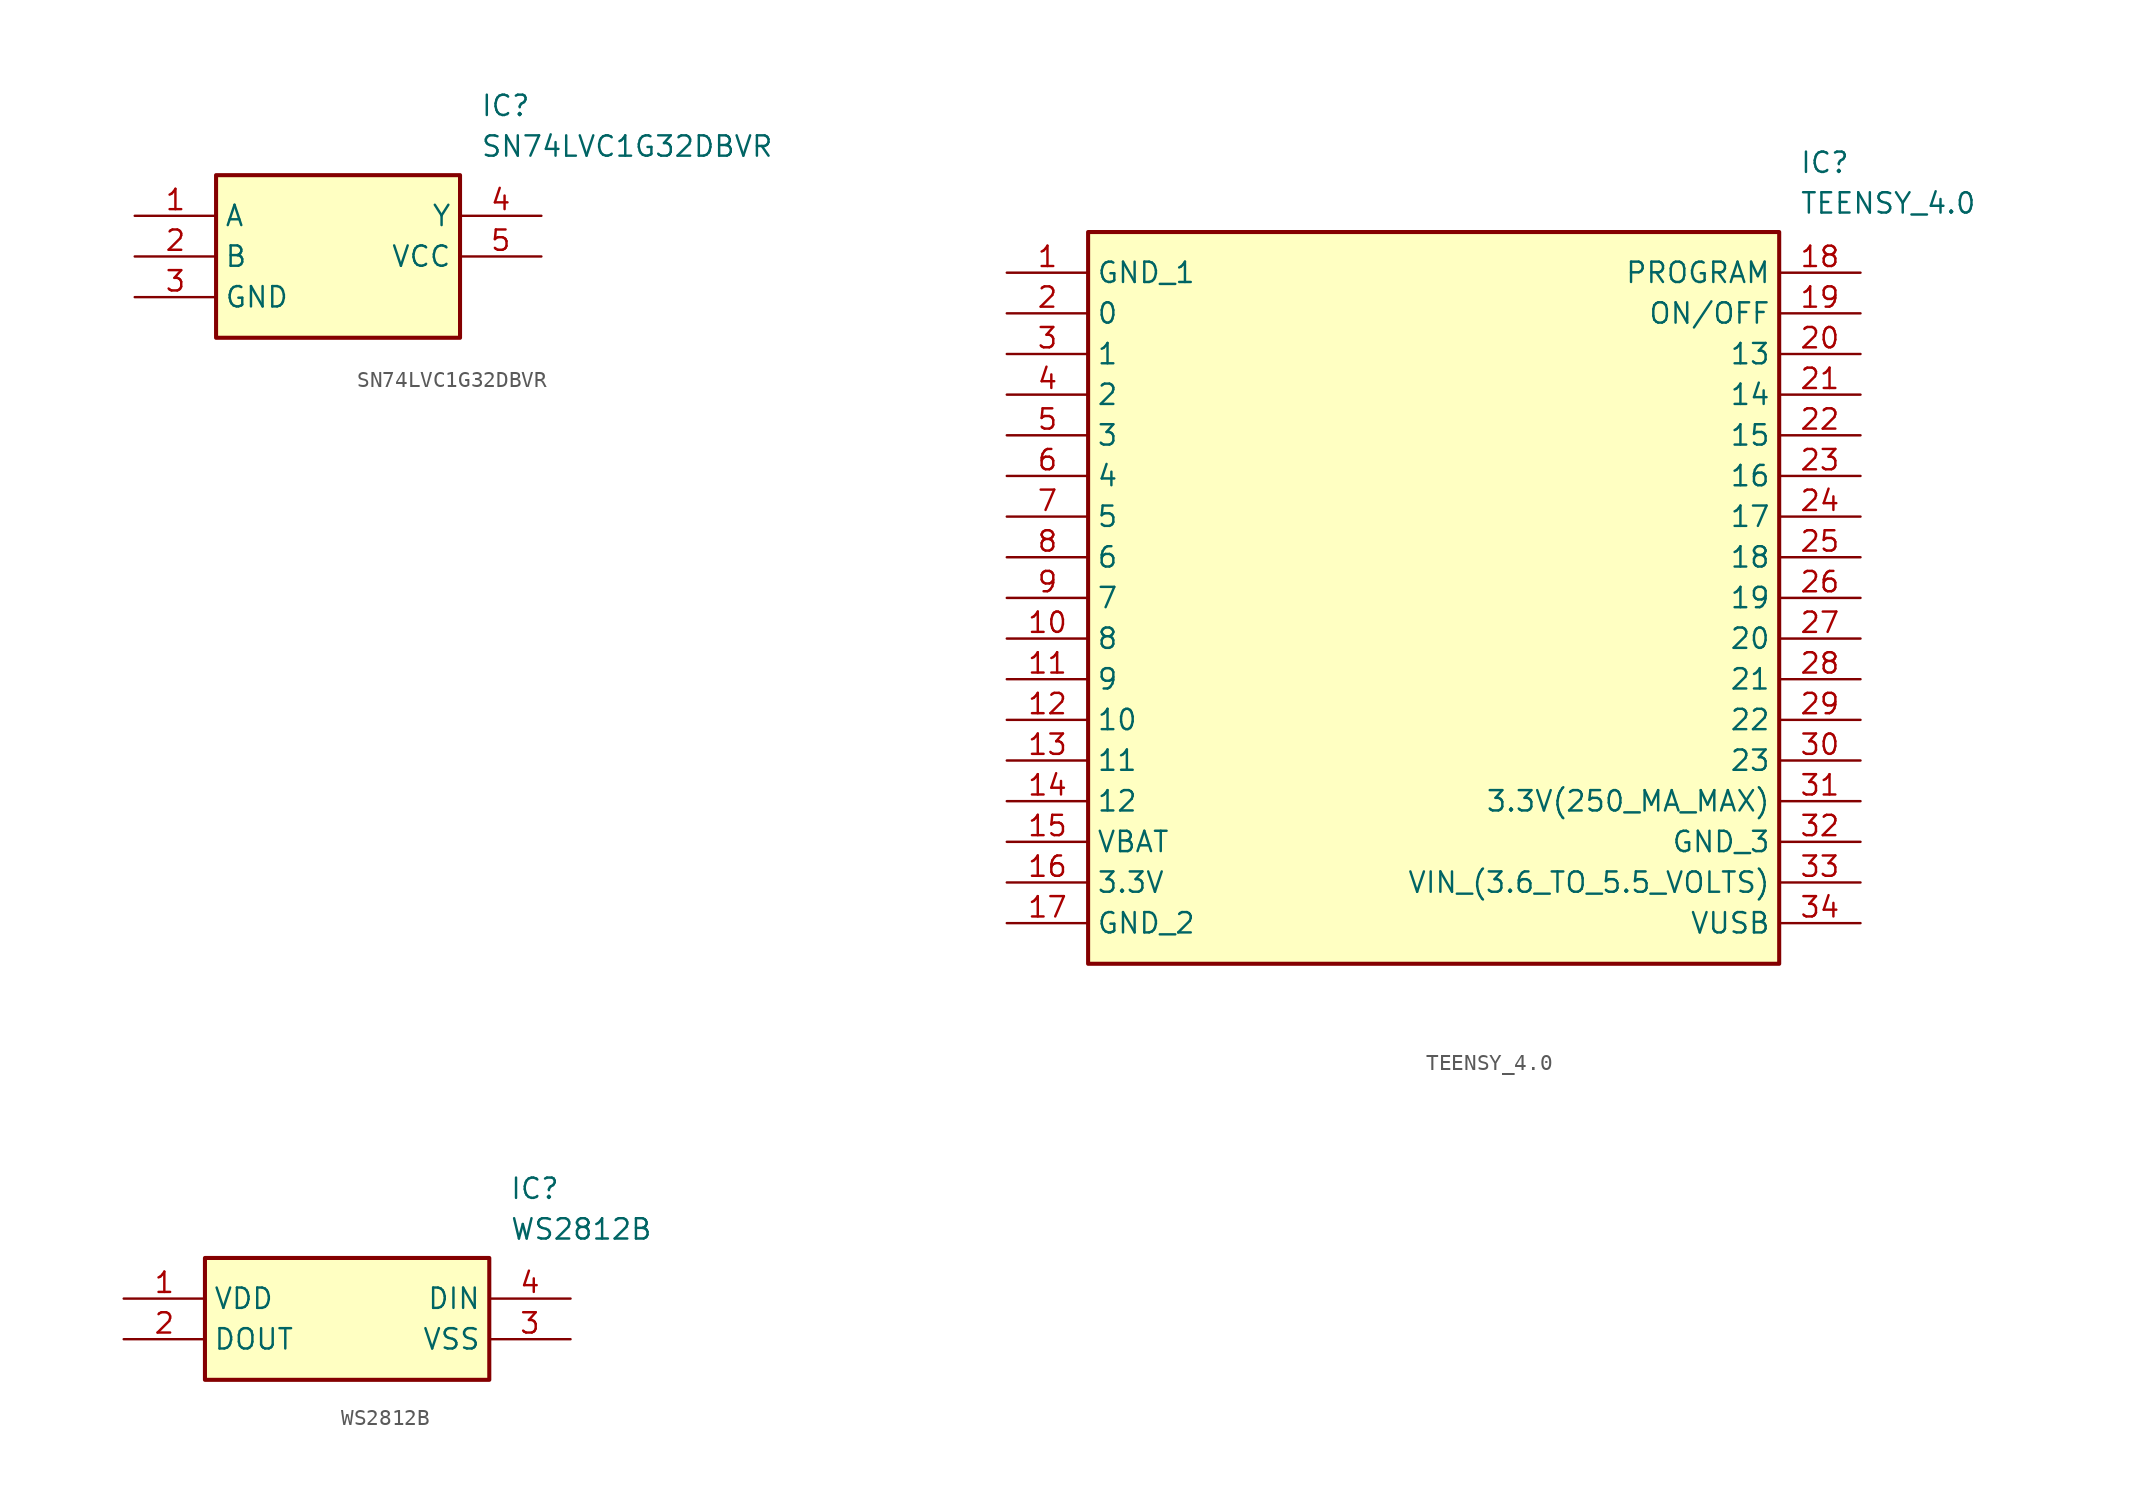
<source format=kicad_sym>
(kicad_symbol_lib
  (version 20241209)
  (generator "kicad_symbol_editor")
  (generator_version "9.0")
  (symbol "SN74LVC1G32DBVR"
    (property "Reference" "IC"
      (at 21.59 7.62 0)
      (effects (font (size 1.27 1.27)) (justify left top)))
    (property "Value" "SN74LVC1G32DBVR"
      (at 21.59 5.08 0)
      (effects (font (size 1.27 1.27)) (justify left top)))
    (symbol "SN74LVC1G32DBVR_1_1"
      (rectangle (start 5.08 2.54) (end 20.32 -7.62) (stroke (width 0.254) (type default)) (fill (type background)))
      (pin passive line (at 0 0 0) (length 5.08) (name "A" (effects (font (size 1.27 1.27)))) (number "1" (effects (font (size 1.27 1.27)))))
      (pin passive line (at 0 -2.54 0) (length 5.08) (name "B" (effects (font (size 1.27 1.27)))) (number "2" (effects (font (size 1.27 1.27)))))
      (pin passive line (at 0 -5.08 0) (length 5.08) (name "GND" (effects (font (size 1.27 1.27)))) (number "3" (effects (font (size 1.27 1.27)))))
      (pin passive line (at 25.4 0 180) (length 5.08) (name "Y" (effects (font (size 1.27 1.27)))) (number "4" (effects (font (size 1.27 1.27)))))
      (pin passive line (at 25.4 -2.54 180) (length 5.08) (name "VCC" (effects (font (size 1.27 1.27)))) (number "5" (effects (font (size 1.27 1.27)))))))
  (symbol "TEENSY_4.0"
    (property "Reference" "IC"
      (at 49.53 7.62 0)
      (effects (font (size 1.27 1.27)) (justify left top)))
    (property "Value" "TEENSY_4.0"
      (at 49.53 5.08 0)
      (effects (font (size 1.27 1.27)) (justify left top)))
    (symbol "TEENSY_4.0_1_1"
      (rectangle (start 5.08 2.54) (end 48.26 -43.18) (stroke (width 0.254) (type default)) (fill (type background)))
      (pin passive line (at 0 0 0) (length 5.08) (name "GND_1" (effects (font (size 1.27 1.27)))) (number "1" (effects (font (size 1.27 1.27)))))
      (pin passive line (at 0 -2.54 0) (length 5.08) (name "0" (effects (font (size 1.27 1.27)))) (number "2" (effects (font (size 1.27 1.27)))))
      (pin passive line (at 0 -5.08 0) (length 5.08) (name "1" (effects (font (size 1.27 1.27)))) (number "3" (effects (font (size 1.27 1.27)))))
      (pin passive line (at 0 -7.62 0) (length 5.08) (name "2" (effects (font (size 1.27 1.27)))) (number "4" (effects (font (size 1.27 1.27)))))
      (pin passive line (at 0 -10.16 0) (length 5.08) (name "3" (effects (font (size 1.27 1.27)))) (number "5" (effects (font (size 1.27 1.27)))))
      (pin passive line (at 0 -12.7 0) (length 5.08) (name "4" (effects (font (size 1.27 1.27)))) (number "6" (effects (font (size 1.27 1.27)))))
      (pin passive line (at 0 -15.24 0) (length 5.08) (name "5" (effects (font (size 1.27 1.27)))) (number "7" (effects (font (size 1.27 1.27)))))
      (pin passive line (at 0 -17.78 0) (length 5.08) (name "6" (effects (font (size 1.27 1.27)))) (number "8" (effects (font (size 1.27 1.27)))))
      (pin passive line (at 0 -20.32 0) (length 5.08) (name "7" (effects (font (size 1.27 1.27)))) (number "9" (effects (font (size 1.27 1.27)))))
      (pin passive line (at 0 -22.86 0) (length 5.08) (name "8" (effects (font (size 1.27 1.27)))) (number "10" (effects (font (size 1.27 1.27)))))
      (pin passive line (at 0 -25.4 0) (length 5.08) (name "9" (effects (font (size 1.27 1.27)))) (number "11" (effects (font (size 1.27 1.27)))))
      (pin passive line (at 0 -27.94 0) (length 5.08) (name "10" (effects (font (size 1.27 1.27)))) (number "12" (effects (font (size 1.27 1.27)))))
      (pin passive line (at 0 -30.48 0) (length 5.08) (name "11" (effects (font (size 1.27 1.27)))) (number "13" (effects (font (size 1.27 1.27)))))
      (pin passive line (at 0 -33.02 0) (length 5.08) (name "12" (effects (font (size 1.27 1.27)))) (number "14" (effects (font (size 1.27 1.27)))))
      (pin passive line (at 0 -35.56 0) (length 5.08) (name "VBAT" (effects (font (size 1.27 1.27)))) (number "15" (effects (font (size 1.27 1.27)))))
      (pin passive line (at 0 -38.1 0) (length 5.08) (name "3.3V" (effects (font (size 1.27 1.27)))) (number "16" (effects (font (size 1.27 1.27)))))
      (pin passive line (at 0 -40.64 0) (length 5.08) (name "GND_2" (effects (font (size 1.27 1.27)))) (number "17" (effects (font (size 1.27 1.27)))))
      (pin passive line (at 53.34 0 180) (length 5.08) (name "PROGRAM" (effects (font (size 1.27 1.27)))) (number "18" (effects (font (size 1.27 1.27)))))
      (pin passive line (at 53.34 -2.54 180) (length 5.08) (name "ON/OFF" (effects (font (size 1.27 1.27)))) (number "19" (effects (font (size 1.27 1.27)))))
      (pin passive line (at 53.34 -5.08 180) (length 5.08) (name "13" (effects (font (size 1.27 1.27)))) (number "20" (effects (font (size 1.27 1.27)))))
      (pin passive line (at 53.34 -7.62 180) (length 5.08) (name "14" (effects (font (size 1.27 1.27)))) (number "21" (effects (font (size 1.27 1.27)))))
      (pin passive line (at 53.34 -10.16 180) (length 5.08) (name "15" (effects (font (size 1.27 1.27)))) (number "22" (effects (font (size 1.27 1.27)))))
      (pin passive line (at 53.34 -12.7 180) (length 5.08) (name "16" (effects (font (size 1.27 1.27)))) (number "23" (effects (font (size 1.27 1.27)))))
      (pin passive line (at 53.34 -15.24 180) (length 5.08) (name "17" (effects (font (size 1.27 1.27)))) (number "24" (effects (font (size 1.27 1.27)))))
      (pin passive line (at 53.34 -17.78 180) (length 5.08) (name "18" (effects (font (size 1.27 1.27)))) (number "25" (effects (font (size 1.27 1.27)))))
      (pin passive line (at 53.34 -20.32 180) (length 5.08) (name "19" (effects (font (size 1.27 1.27)))) (number "26" (effects (font (size 1.27 1.27)))))
      (pin passive line (at 53.34 -22.86 180) (length 5.08) (name "20" (effects (font (size 1.27 1.27)))) (number "27" (effects (font (size 1.27 1.27)))))
      (pin passive line (at 53.34 -25.4 180) (length 5.08) (name "21" (effects (font (size 1.27 1.27)))) (number "28" (effects (font (size 1.27 1.27)))))
      (pin passive line (at 53.34 -27.94 180) (length 5.08) (name "22" (effects (font (size 1.27 1.27)))) (number "29" (effects (font (size 1.27 1.27)))))
      (pin passive line (at 53.34 -30.48 180) (length 5.08) (name "23" (effects (font (size 1.27 1.27)))) (number "30" (effects (font (size 1.27 1.27)))))
      (pin passive line (at 53.34 -33.02 180) (length 5.08) (name "3.3V(250_MA_MAX)" (effects (font (size 1.27 1.27)))) (number "31" (effects (font (size 1.27 1.27)))))
      (pin passive line (at 53.34 -35.56 180) (length 5.08) (name "GND_3" (effects (font (size 1.27 1.27)))) (number "32" (effects (font (size 1.27 1.27)))))
      (pin passive line (at 53.34 -38.1 180) (length 5.08) (name "VIN_(3.6_TO_5.5_VOLTS)" (effects (font (size 1.27 1.27)))) (number "33" (effects (font (size 1.27 1.27)))))
      (pin passive line (at 53.34 -40.64 180) (length 5.08) (name "VUSB" (effects (font (size 1.27 1.27)))) (number "34" (effects (font (size 1.27 1.27)))))))
  (symbol "WS2812B"
    (property "Reference" "IC"
      (at 24.13 7.62 0)
      (effects (font (size 1.27 1.27)) (justify left top)))
    (property "Value" "WS2812B"
      (at 24.13 5.08 0)
      (effects (font (size 1.27 1.27)) (justify left top)))
    (symbol "WS2812B_1_1"
      (rectangle (start 5.08 2.54) (end 22.86 -5.08) (stroke (width 0.254) (type default)) (fill (type background)))
      (pin passive line (at 0 0 0) (length 5.08) (name "VDD" (effects (font (size 1.27 1.27)))) (number "1" (effects (font (size 1.27 1.27)))))
      (pin passive line (at 0 -2.54 0) (length 5.08) (name "DOUT" (effects (font (size 1.27 1.27)))) (number "2" (effects (font (size 1.27 1.27)))))
      (pin passive line (at 27.94 0 180) (length 5.08) (name "DIN" (effects (font (size 1.27 1.27)))) (number "4" (effects (font (size 1.27 1.27)))))
      (pin passive line (at 27.94 -2.54 180) (length 5.08) (name "VSS" (effects (font (size 1.27 1.27)))) (number "3" (effects (font (size 1.27 1.27))))))))
</source>
